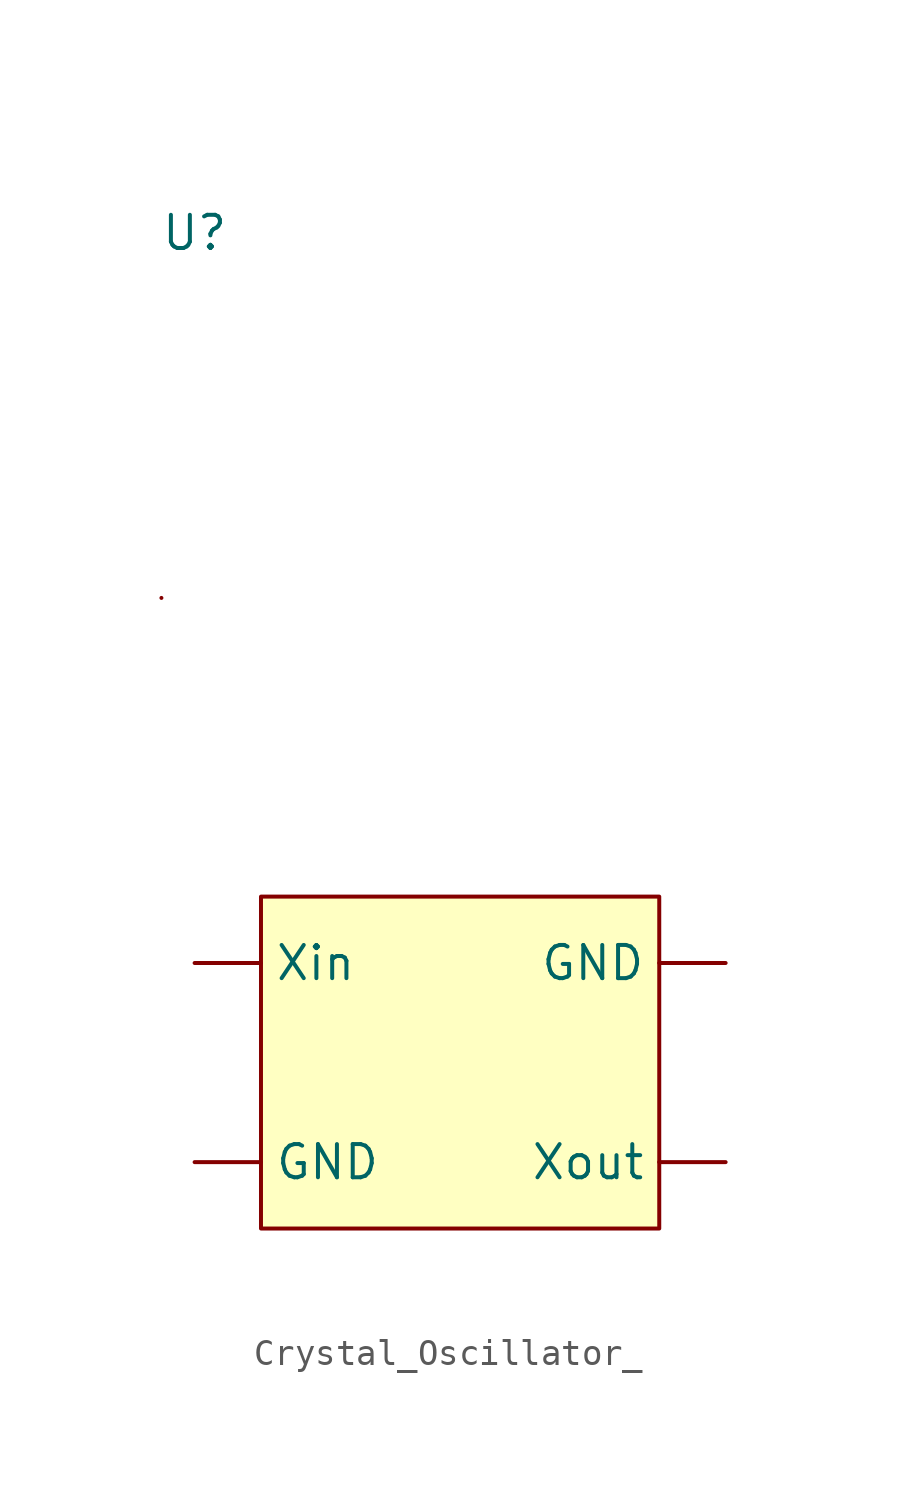
<source format=kicad_sym>
(kicad_symbol_lib
  (version 20231120)
  (generator "kicad_symbol_editor")
  (generator_version "8.0")
  (symbol "Crystal_Oscillator_"
    (property "Reference" "U"
      (at 0 0 0)
      (effects (font (size 1.27 1.27))))
    (property "Value" ""
      (at 0 0 0)
      (effects (font (size 1.27 1.27))))
    (symbol "Crystal_Oscillator__0_1"
      (rectangle (start -1.27 -13.97) (end -1.27 -13.97) (stroke (width 0) (type default)) (fill (type none))))
    (symbol "Crystal_Oscillator__1_1"
      (rectangle (start 2.54 -25.4) (end 17.78 -38.1) (stroke (width 0) (type default)) (fill (type background)))
      (pin input line (at 0 -35.56 0) (length 2.54) (name "GND" (effects (font (size 1.27 1.27)))) (number "" (effects (font (size 1.27 1.27)))))
      (pin input line (at 20.32 -27.94 180) (length 2.54) (name "GND" (effects (font (size 1.27 1.27)))) (number "" (effects (font (size 1.27 1.27)))))
      (pin input line (at 0 -27.94 0) (length 2.54) (name "Xin" (effects (font (size 1.27 1.27)))) (number "" (effects (font (size 1.27 1.27)))))
      (pin output line (at 20.32 -35.56 180) (length 2.54) (name "Xout" (effects (font (size 1.27 1.27)))) (number "" (effects (font (size 1.27 1.27))))))))
</source>
